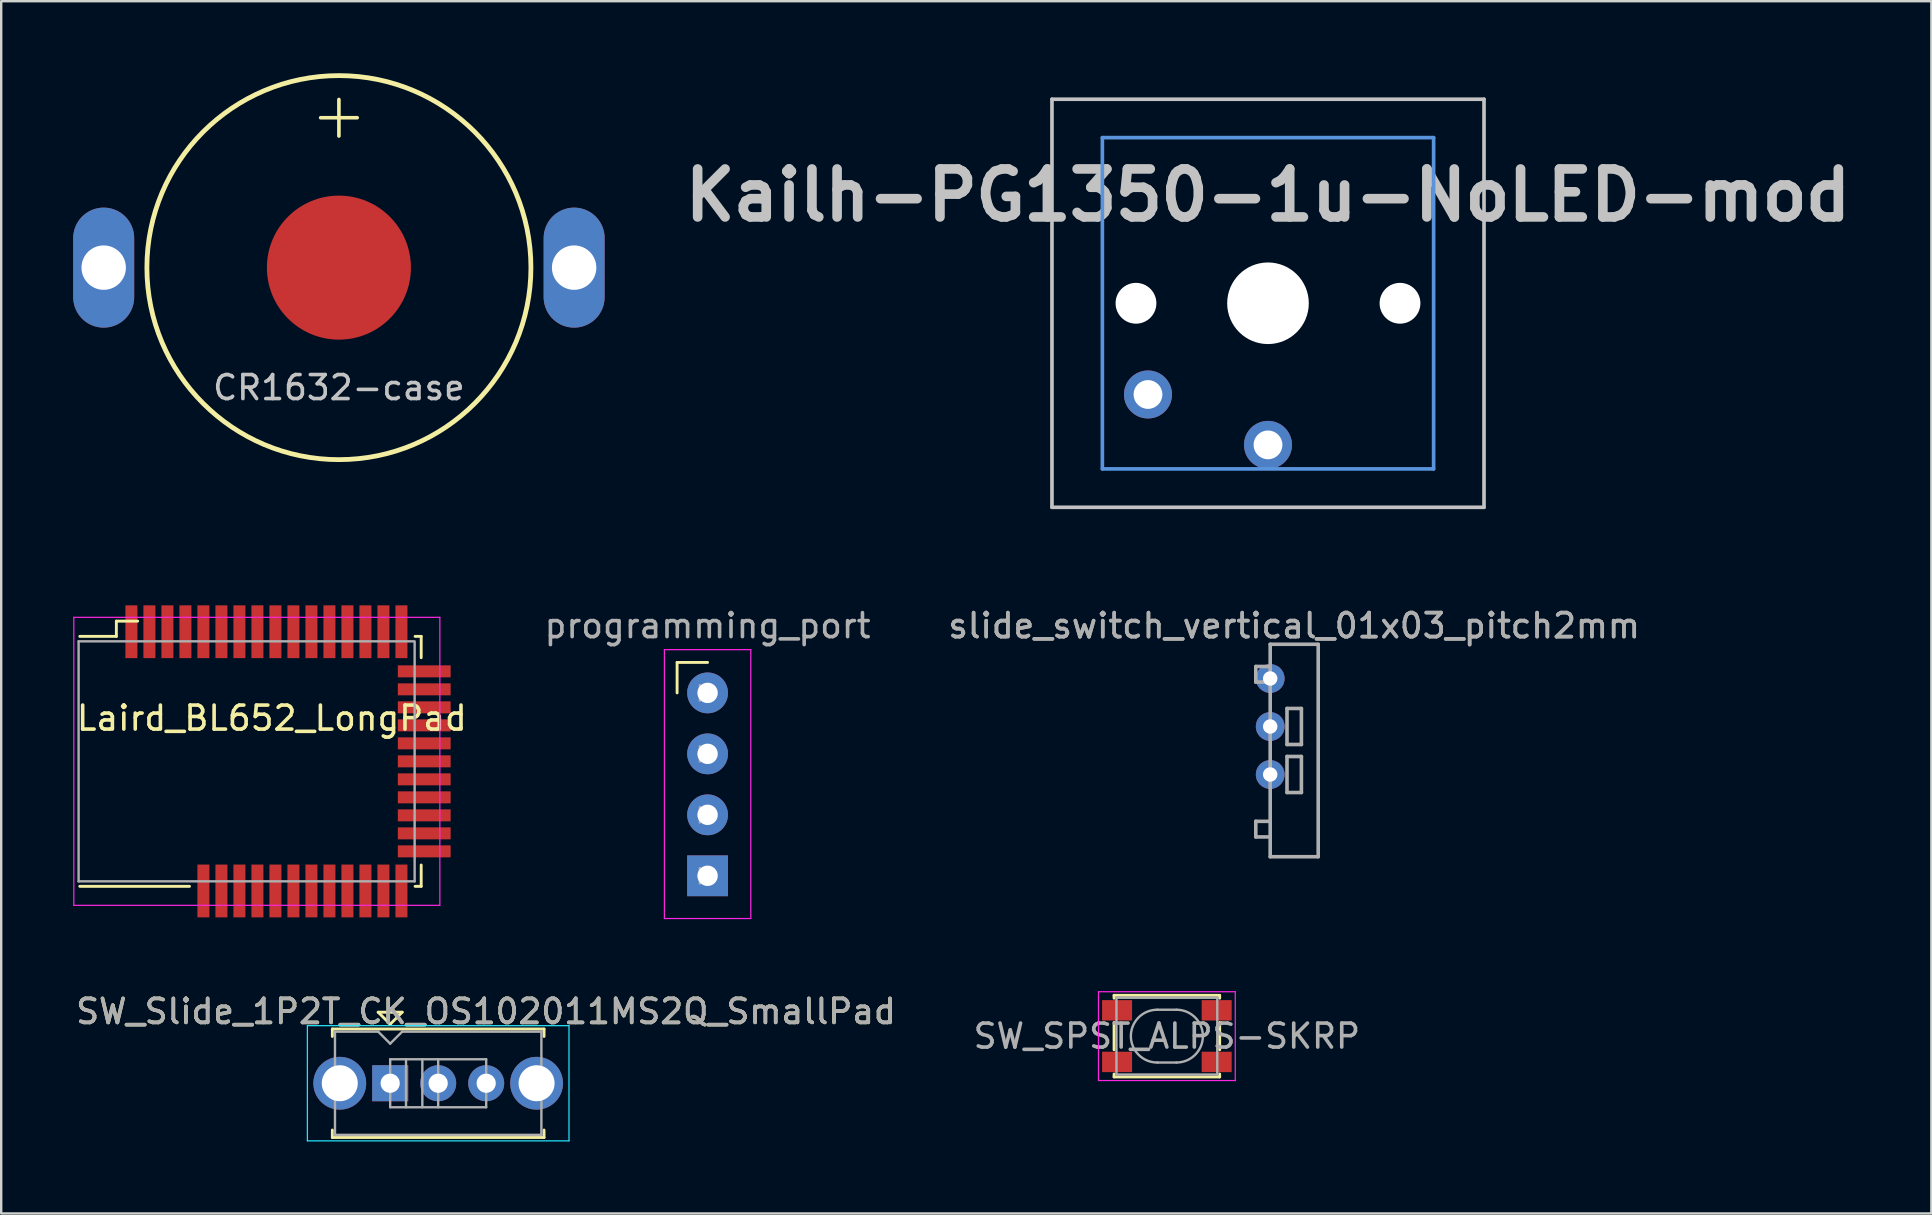
<source format=kicad_pcb>
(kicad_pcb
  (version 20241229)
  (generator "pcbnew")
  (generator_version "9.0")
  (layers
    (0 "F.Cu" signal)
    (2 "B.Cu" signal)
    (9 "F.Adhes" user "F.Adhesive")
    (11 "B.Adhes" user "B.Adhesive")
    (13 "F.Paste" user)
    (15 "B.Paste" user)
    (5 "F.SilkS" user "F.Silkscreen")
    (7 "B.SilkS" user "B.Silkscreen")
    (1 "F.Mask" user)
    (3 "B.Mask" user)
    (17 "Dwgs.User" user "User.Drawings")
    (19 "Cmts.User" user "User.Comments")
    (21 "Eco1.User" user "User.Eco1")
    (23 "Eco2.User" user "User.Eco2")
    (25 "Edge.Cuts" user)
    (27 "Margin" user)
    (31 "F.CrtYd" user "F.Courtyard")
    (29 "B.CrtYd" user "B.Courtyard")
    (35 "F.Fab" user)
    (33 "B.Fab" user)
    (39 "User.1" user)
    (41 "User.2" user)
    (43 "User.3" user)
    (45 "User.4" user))
  (footprint "CR1632-case"
    (layer "F.Cu")
    (at 11.07 8.1)
    (property "Reference" "CR1632-case" (at 0 5 0) (unlocked yes) (layer "Dwgs.User") (effects (font (size 1 1) (thickness 0.15))))
    (attr through_hole)
    (fp_circle (center 0 0) (end 8 0) (stroke (width 0.2) (type solid)) (fill no) (layer "F.SilkS"))
    (fp_text user "+" (at 0 -6.4 0) (unlocked yes) (layer "F.SilkS") (effects (font (size 2 2) (thickness 0.15))))
    (pad "1" smd circle (at 0 0) (size 6 6) (layers "F.Cu" "F.Mask" "F.Paste"))
    (pad "2" thru_hole oval (at -9.8 0) (size 2.54 5) (drill 1.85) (layers "*.Cu" "*.Mask"))
    (pad "2" thru_hole oval (at 9.8 0) (size 2.54 5) (drill 1.85) (layers "*.Cu" "*.Mask")))
  (footprint "SW_SPST_ALPS-SKRP"
    (layer "F.Cu")
    (at 45.565 40.118)
    (property "Reference" "SW_SPST_ALPS-SKRP" (at 0 0 0) (layer "F.Fab") (effects (font (size 1 1) (thickness 0.15))))
    (attr smd)
    (fp_line (start -2.2 -1.7) (end -2.2 -1.58) (stroke (width 0.12) (type solid)) (layer "F.SilkS"))
    (fp_line (start -2.2 -0.57) (end -2.2 0.57) (stroke (width 0.12) (type solid)) (layer "F.SilkS"))
    (fp_line (start -2.2 1.58) (end -2.2 1.7) (stroke (width 0.12) (type solid)) (layer "F.SilkS"))
    (fp_line (start -2.2 1.7) (end 2.2 1.7) (stroke (width 0.12) (type solid)) (layer "F.SilkS"))
    (fp_line (start 2.2 -1.7) (end -2.2 -1.7) (stroke (width 0.12) (type solid)) (layer "F.SilkS"))
    (fp_line (start 2.2 -1.58) (end 2.2 -1.7) (stroke (width 0.12) (type solid)) (layer "F.SilkS"))
    (fp_line (start 2.2 0.57) (end 2.2 -0.57) (stroke (width 0.12) (type solid)) (layer "F.SilkS"))
    (fp_line (start 2.2 1.7) (end 2.2 1.58) (stroke (width 0.12) (type solid)) (layer "F.SilkS"))
    (fp_line (start -2.85 -1.85) (end 2.85 -1.85) (stroke (width 0.05) (type solid)) (layer "F.CrtYd"))
    (fp_line (start -2.85 1.85) (end -2.85 -1.85) (stroke (width 0.05) (type solid)) (layer "F.CrtYd"))
    (fp_line (start 2.85 -1.85) (end 2.85 1.85) (stroke (width 0.05) (type solid)) (layer "F.CrtYd"))
    (fp_line (start 2.85 1.85) (end -2.85 1.85) (stroke (width 0.05) (type solid)) (layer "F.CrtYd"))
    (fp_line (start -2.1 -1.6) (end -2.1 1.6) (stroke (width 0.1) (type solid)) (layer "F.Fab"))
    (fp_line (start -2.1 1.6) (end 2.1 1.6) (stroke (width 0.1) (type solid)) (layer "F.Fab"))
    (fp_line (start -0.4 -1.1) (end 0.4 -1.1) (stroke (width 0.1) (type solid)) (layer "F.Fab"))
    (fp_line (start 0.4 1.1) (end -0.4 1.1) (stroke (width 0.1) (type solid)) (layer "F.Fab"))
    (fp_line (start 2.1 -1.6) (end -2.1 -1.6) (stroke (width 0.1) (type solid)) (layer "F.Fab"))
    (fp_line (start 2.1 1.6) (end 2.1 -1.6) (stroke (width 0.1) (type solid)) (layer "F.Fab"))
    (fp_arc (start -0.4 1.1) (mid -1.5 0) (end -0.4 -1.1) (stroke (width 0.1) (type solid)) (layer "F.Fab"))
    (fp_arc (start 0.4 -1.1) (mid 1.5 0) (end 0.4 1.1) (stroke (width 0.1) (type solid)) (layer "F.Fab"))
    (pad "1" smd rect (at -2.075 -1.075) (size 1.25 0.85) (layers "F.Cu" "F.Mask" "F.Paste"))
    (pad "1" smd rect (at 2.075 -1.075) (size 1.25 0.85) (layers "F.Cu" "F.Mask" "F.Paste"))
    (pad "2" smd rect (at -2.075 1.075) (size 1.25 0.85) (layers "F.Cu" "F.Mask" "F.Paste"))
    (pad "2" smd rect (at 2.075 1.075) (size 1.25 0.85) (layers "F.Cu" "F.Mask" "F.Paste")))
  (footprint "SW_Slide_1P2T_CK_OS102011MS2Q_SmallPad"
    (layer "F.Cu")
    (at 13.206 42.081)
    (property "Reference" "SW_Slide_1P2T_CK_OS102011MS2Q_SmallPad" (at 3.99 -2.99 0) (layer "F.SilkS") (effects (font (size 1 1) (thickness 0.15))))
    (attr through_hole)
    (fp_line (start -2.41 -2.26) (end 6.41 -2.26) (stroke (width 0.12) (type solid)) (layer "F.SilkS"))
    (fp_line (start -2.41 -1.95) (end -2.41 -2.26) (stroke (width 0.12) (type solid)) (layer "F.SilkS"))
    (fp_line (start -2.41 2.26) (end -2.41 1.95) (stroke (width 0.12) (type solid)) (layer "F.SilkS"))
    (fp_line (start -0.5 -2.96) (end 0 -2.46) (stroke (width 0.12) (type solid)) (layer "F.SilkS"))
    (fp_line (start 0 -2.46) (end 0.5 -2.96) (stroke (width 0.12) (type solid)) (layer "F.SilkS"))
    (fp_line (start 0.5 -2.96) (end -0.5 -2.96) (stroke (width 0.12) (type solid)) (layer "F.SilkS"))
    (fp_line (start 6.41 -2.26) (end 6.41 -1.95) (stroke (width 0.12) (type solid)) (layer "F.SilkS"))
    (fp_line (start 6.41 2.26) (end -2.41 2.26) (stroke (width 0.12) (type solid)) (layer "F.SilkS"))
    (fp_line (start 6.41 2.26) (end 6.41 1.95) (stroke (width 0.12) (type solid)) (layer "F.SilkS"))
    (fp_line (start -3.45 -2.4) (end 7.45 -2.4) (stroke (width 0.05) (type solid)) (layer "B.CrtYd"))
    (fp_line (start -3.45 2.4) (end -3.45 -2.4) (stroke (width 0.05) (type solid)) (layer "B.CrtYd"))
    (fp_line (start 7.45 -2.4) (end 7.45 2.4) (stroke (width 0.05) (type solid)) (layer "B.CrtYd"))
    (fp_line (start 7.45 2.4) (end -3.45 2.4) (stroke (width 0.05) (type solid)) (layer "B.CrtYd"))
    (fp_line (start -2.3 -2.15) (end -0.5 -2.15) (stroke (width 0.1) (type solid)) (layer "F.Fab"))
    (fp_line (start -2.3 2.15) (end -2.3 -2.15) (stroke (width 0.1) (type solid)) (layer "F.Fab"))
    (fp_line (start -0.5 -2.15) (end 0 -1.65) (stroke (width 0.1) (type solid)) (layer "F.Fab"))
    (fp_line (start 0 -1.65) (end 0.5 -2.15) (stroke (width 0.1) (type solid)) (layer "F.Fab"))
    (fp_line (start 0 -1) (end 0 1) (stroke (width 0.1) (type solid)) (layer "F.Fab"))
    (fp_line (start 0 -1) (end 4 -1) (stroke (width 0.1) (type solid)) (layer "F.Fab"))
    (fp_line (start 0 1) (end 4 1) (stroke (width 0.1) (type solid)) (layer "F.Fab"))
    (fp_line (start 0.5 -2.15) (end 6.3 -2.15) (stroke (width 0.1) (type solid)) (layer "F.Fab"))
    (fp_line (start 0.66 -1) (end 0.66 1) (stroke (width 0.1) (type solid)) (layer "F.Fab"))
    (fp_line (start 1.34 -1) (end 1.34 1) (stroke (width 0.1) (type solid)) (layer "F.Fab"))
    (fp_line (start 2 -1) (end 2 1) (stroke (width 0.1) (type solid)) (layer "F.Fab"))
    (fp_line (start 4 -1) (end 4 1) (stroke (width 0.1) (type solid)) (layer "F.Fab"))
    (fp_line (start 6.3 -2.15) (end 6.3 2.15) (stroke (width 0.1) (type solid)) (layer "F.Fab"))
    (fp_line (start 6.3 2.15) (end -2.3 2.15) (stroke (width 0.1) (type solid)) (layer "F.Fab"))
    (fp_text user "${REFERENCE}" (at 3.99 -2.99 0) (layer "F.Fab") (effects (font (size 1 1) (thickness 0.15))))
    (pad "" thru_hole circle (at -2.1 0) (size 2.2 2.2) (drill 1.5) (layers "*.Cu" "*.Mask"))
    (pad "" thru_hole circle (at 6.1 0) (size 2.2 2.2) (drill 1.5) (layers "*.Cu" "*.Mask"))
    (pad "1" thru_hole rect (at 0 0) (size 1.5 1.5) (drill 0.8) (layers "*.Cu" "*.Mask"))
    (pad "2" thru_hole circle (at 2 0) (size 1.5 1.5) (drill 0.8) (layers "*.Cu" "*.Mask"))
    (pad "3" thru_hole circle (at 4 0) (size 1.5 1.5) (drill 0.8) (layers "*.Cu" "*.Mask")))
  (footprint "Kailh-PG1350-1u-NoLED-mod"
    (layer "F.Cu")
    (at 49.778 9.585)
    (property "Reference" "Kailh-PG1350-1u-NoLED-mod" (at 0 -4.5 180) (layer "Dwgs.User") (effects (font (size 2 2) (thickness 0.4))))
    (attr through_hole)
    (fp_line (start -9 -8.5) (end 9 -8.5) (stroke (width 0.152) (type solid)) (layer "Dwgs.User"))
    (fp_line (start -9 8.5) (end -9 -8.5) (stroke (width 0.152) (type solid)) (layer "Dwgs.User"))
    (fp_line (start 9 -8.5) (end 9 8.5) (stroke (width 0.152) (type solid)) (layer "Dwgs.User"))
    (fp_line (start 9 8.5) (end -9 8.5) (stroke (width 0.152) (type solid)) (layer "Dwgs.User"))
    (fp_line (start -6.9 -6.9) (end 6.9 -6.9) (stroke (width 0.152) (type solid)) (layer "Cmts.User"))
    (fp_line (start -6.9 6.9) (end -6.9 -6.9) (stroke (width 0.152) (type solid)) (layer "Cmts.User"))
    (fp_line (start 6.9 -6.9) (end 6.9 6.9) (stroke (width 0.152) (type solid)) (layer "Cmts.User"))
    (fp_line (start 6.9 6.9) (end -6.9 6.9) (stroke (width 0.152) (type solid)) (layer "Cmts.User"))
    (fp_line (start -9.525 -9.525) (end -9.525 9.525) (stroke (width 0.12) (type solid)) (layer "Eco1.User"))
    (fp_line (start -9.525 -9.525) (end 9.525 -9.525) (stroke (width 0.12) (type solid)) (layer "Eco1.User"))
    (fp_line (start -9.525 9.525) (end 9.525 9.525) (stroke (width 0.12) (type solid)) (layer "Eco1.User"))
    (fp_line (start 9.525 -9.525) (end 9.525 9.525) (stroke (width 0.12) (type solid)) (layer "Eco1.User"))
    (fp_line (start -7.5 -7.5) (end 7.5 -7.5) (stroke (width 0.152) (type solid)) (layer "Eco2.User"))
    (fp_line (start -7.5 7.5) (end -7.5 -7.5) (stroke (width 0.152) (type solid)) (layer "Eco2.User"))
    (fp_line (start 7.5 -7.5) (end 7.5 7.5) (stroke (width 0.152) (type solid)) (layer "Eco2.User"))
    (fp_line (start 7.5 7.5) (end -7.5 7.5) (stroke (width 0.152) (type solid)) (layer "Eco2.User"))
    (pad "" np_thru_hole circle (at -5.5 0 180) (size 1.7 1.7) (drill 1.7) (layers "*.Cu" "*.Mask"))
    (pad "" np_thru_hole circle (at 0 0 180) (size 3.4 3.4) (drill 3.4) (layers "*.Cu" "*.Mask"))
    (pad "" np_thru_hole circle (at 5.5 0 180) (size 1.7 1.7) (drill 1.7) (layers "*.Cu" "*.Mask"))
    (pad "1" thru_hole circle (at 0 5.9 180) (size 2 2) (drill 1.2) (layers "*.Cu" "*.Mask"))
    (pad "2" thru_hole circle (at -5 3.8 41.9) (size 2 2) (drill 1.2) (layers "*.Cu" "*.Mask")))
  (footprint "slide_switch_vertical_01x03_pitch2mm"
    (layer "F.Cu")
    (at 49.87 25.218)
    (property "Reference" "slide_switch_vertical_01x03_pitch2mm" (at 1 -2.2 180) (layer "F.Fab") (effects (font (size 1 1) (thickness 0.15))))
    (attr through_hole)
    (fp_line (start -0.6 -0.5) (end -0.6 0.15) (stroke (width 0.15) (type solid)) (layer "F.Fab"))
    (fp_line (start -0.6 0.15) (end 0 0.15) (stroke (width 0.15) (type solid)) (layer "F.Fab"))
    (fp_line (start -0.6 5.95) (end -0.6 6.6) (stroke (width 0.15) (type solid)) (layer "F.Fab"))
    (fp_line (start -0.6 6.6) (end 0 6.6) (stroke (width 0.15) (type solid)) (layer "F.Fab"))
    (fp_line (start 0 -1.425) (end 2 -1.425) (stroke (width 0.15) (type solid)) (layer "F.Fab"))
    (fp_line (start 0 -0.5) (end -0.6 -0.5) (stroke (width 0.15) (type solid)) (layer "F.Fab"))
    (fp_line (start 0 5.95) (end -0.6 5.95) (stroke (width 0.15) (type solid)) (layer "F.Fab"))
    (fp_line (start 0 7.425) (end 0 -1.425) (stroke (width 0.15) (type solid)) (layer "F.Fab"))
    (fp_line (start 0 7.425) (end 2 7.425) (stroke (width 0.15) (type solid)) (layer "F.Fab"))
    (fp_line (start 0.7 1.25) (end 0.7 2.75) (stroke (width 0.15) (type solid)) (layer "F.Fab"))
    (fp_line (start 0.7 1.25) (end 1.3 1.25) (stroke (width 0.15) (type solid)) (layer "F.Fab"))
    (fp_line (start 0.7 2.75) (end 1.3 2.75) (stroke (width 0.15) (type solid)) (layer "F.Fab"))
    (fp_line (start 0.7 3.25) (end 0.7 4.75) (stroke (width 0.15) (type solid)) (layer "F.Fab"))
    (fp_line (start 0.7 3.25) (end 1.3 3.25) (stroke (width 0.15) (type solid)) (layer "F.Fab"))
    (fp_line (start 0.7 4.75) (end 1.3 4.75) (stroke (width 0.15) (type solid)) (layer "F.Fab"))
    (fp_line (start 1.3 1.25) (end 1.3 2.75) (stroke (width 0.15) (type solid)) (layer "F.Fab"))
    (fp_line (start 1.3 3.25) (end 1.3 4.75) (stroke (width 0.15) (type solid)) (layer "F.Fab"))
    (fp_line (start 2 -1.425) (end 2 7.425) (stroke (width 0.15) (type solid)) (layer "F.Fab"))
    (fp_text user "${REFERENCE}" (at 1 -2.2 0) (layer "F.Fab") (effects (font (size 1 1) (thickness 0.15))))
    (pad "1" thru_hole circle (at 0 0) (size 1.2 1.2) (drill 0.6) (layers "*.Cu" "*.Mask"))
    (pad "2" thru_hole circle (at 0 4) (size 1.2 1.2) (drill 0.6) (layers "*.Cu" "*.Mask"))
    (pad "3" thru_hole circle (at 0 2) (size 1.2 1.2) (drill 0.6) (layers "*.Cu" "*.Mask")))
  (footprint "Laird_BL652_LongPad"
    (layer "F.Cu")
    (at 8.275 28.67)
    (property "Reference" "Laird_BL652_LongPad" (at 0 -1.8 0) (layer "F.SilkS") (effects (font (size 1 1) (thickness 0.15))))
    (attr smd)
    (fp_line (start -8.001 -5.207) (end -6.477 -5.207) (stroke (width 0.12) (type solid)) (layer "F.SilkS"))
    (fp_line (start -6.477 -5.842) (end -5.588 -5.842) (stroke (width 0.12) (type solid)) (layer "F.SilkS"))
    (fp_line (start -6.477 -5.207) (end -6.477 -5.842) (stroke (width 0.12) (type solid)) (layer "F.SilkS"))
    (fp_line (start -3.429 5.207) (end -8.001 5.207) (stroke (width 0.12) (type solid)) (layer "F.SilkS"))
    (fp_line (start 5.969 -5.207) (end 6.223 -5.207) (stroke (width 0.12) (type solid)) (layer "F.SilkS"))
    (fp_line (start 6.223 -5.207) (end 6.223 -4.318) (stroke (width 0.12) (type solid)) (layer "F.SilkS"))
    (fp_line (start 6.223 5.207) (end 5.969 5.207) (stroke (width 0.12) (type solid)) (layer "F.SilkS"))
    (fp_line (start 6.223 5.207) (end 6.223 4.318) (stroke (width 0.12) (type solid)) (layer "F.SilkS"))
    (fp_line (start -8.25 -6) (end 7 -6) (stroke (width 0.05) (type solid)) (layer "F.CrtYd"))
    (fp_line (start -8.25 6) (end -8.25 -6) (stroke (width 0.05) (type solid)) (layer "F.CrtYd"))
    (fp_line (start 7 -6) (end 7 6) (stroke (width 0.05) (type solid)) (layer "F.CrtYd"))
    (fp_line (start 7 6) (end -8.25 6) (stroke (width 0.05) (type solid)) (layer "F.CrtYd"))
    (fp_line (start -8.05 -5) (end -8.05 5) (stroke (width 0.1) (type solid)) (layer "F.Fab"))
    (fp_line (start -8.05 -5) (end 5.9 -5) (stroke (width 0.1) (type solid)) (layer "F.Fab"))
    (fp_line (start 5.95 -5) (end 5.95 5) (stroke (width 0.1) (type solid)) (layer "F.Fab"))
    (fp_line (start 5.95 5) (end -8.05 5) (stroke (width 0.1) (type solid)) (layer "F.Fab"))
    (pad "1" smd rect (at -5.85 -5.4 90) (size 2.2 0.5) (layers "F.Cu" "F.Mask" "F.Paste"))
    (pad "2" smd rect (at -5.1 -5.4 90) (size 2.2 0.5) (layers "F.Cu" "F.Mask" "F.Paste"))
    (pad "3" smd rect (at -4.35 -5.4 90) (size 2.2 0.5) (layers "F.Cu" "F.Mask" "F.Paste"))
    (pad "4" smd rect (at -3.6 -5.4 90) (size 2.2 0.5) (layers "F.Cu" "F.Mask" "F.Paste"))
    (pad "5" smd rect (at -2.85 -5.4 90) (size 2.2 0.5) (layers "F.Cu" "F.Mask" "F.Paste"))
    (pad "6" smd rect (at -2.1 -5.4 90) (size 2.2 0.5) (layers "F.Cu" "F.Mask" "F.Paste"))
    (pad "7" smd rect (at -1.35 -5.4 90) (size 2.2 0.5) (layers "F.Cu" "F.Mask" "F.Paste"))
    (pad "8" smd rect (at -0.6 -5.4 90) (size 2.2 0.5) (layers "F.Cu" "F.Mask" "F.Paste"))
    (pad "9" smd rect (at 0.15 -5.4 90) (size 2.2 0.5) (layers "F.Cu" "F.Mask" "F.Paste"))
    (pad "10" smd rect (at 0.9 -5.4 90) (size 2.2 0.5) (layers "F.Cu" "F.Mask" "F.Paste"))
    (pad "11" smd rect (at 1.65 -5.4 90) (size 2.2 0.5) (layers "F.Cu" "F.Mask" "F.Paste"))
    (pad "12" smd rect (at 2.4 -5.4 90) (size 2.2 0.5) (layers "F.Cu" "F.Mask" "F.Paste"))
    (pad "13" smd rect (at 3.15 -5.4 90) (size 2.2 0.5) (layers "F.Cu" "F.Mask" "F.Paste"))
    (pad "14" smd rect (at 3.9 -5.4 90) (size 2.2 0.5) (layers "F.Cu" "F.Mask" "F.Paste"))
    (pad "15" smd rect (at 4.65 -5.4 90) (size 2.2 0.5) (layers "F.Cu" "F.Mask" "F.Paste"))
    (pad "16" smd rect (at 5.4 -5.4 90) (size 2.2 0.5) (layers "F.Cu" "F.Mask" "F.Paste"))
    (pad "17" smd rect (at 6.35 -3.75) (size 2.2 0.5) (layers "F.Cu" "F.Mask" "F.Paste"))
    (pad "18" smd rect (at 6.35 -3) (size 2.2 0.5) (layers "F.Cu" "F.Mask" "F.Paste"))
    (pad "19" smd rect (at 6.35 -2.25) (size 2.2 0.5) (layers "F.Cu" "F.Mask" "F.Paste"))
    (pad "20" smd rect (at 6.35 -1.5) (size 2.2 0.5) (layers "F.Cu" "F.Mask" "F.Paste"))
    (pad "21" smd rect (at 6.35 -0.75) (size 2.2 0.5) (layers "F.Cu" "F.Mask" "F.Paste"))
    (pad "22" smd rect (at 6.35 0) (size 2.2 0.5) (layers "F.Cu" "F.Mask" "F.Paste"))
    (pad "23" smd rect (at 6.35 0.75) (size 2.2 0.5) (layers "F.Cu" "F.Mask" "F.Paste"))
    (pad "24" smd rect (at 6.35 1.5) (size 2.2 0.5) (layers "F.Cu" "F.Mask" "F.Paste"))
    (pad "25" smd rect (at 6.35 2.25) (size 2.2 0.5) (layers "F.Cu" "F.Mask" "F.Paste"))
    (pad "26" smd rect (at 6.35 3) (size 2.2 0.5) (layers "F.Cu" "F.Mask" "F.Paste"))
    (pad "27" smd rect (at 6.35 3.75) (size 2.2 0.5) (layers "F.Cu" "F.Mask" "F.Paste"))
    (pad "28" smd rect (at 5.4 5.4 90) (size 2.2 0.5) (layers "F.Cu" "F.Mask" "F.Paste"))
    (pad "29" smd rect (at 4.65 5.4 90) (size 2.2 0.5) (layers "F.Cu" "F.Mask" "F.Paste"))
    (pad "30" smd rect (at 3.9 5.4 90) (size 2.2 0.5) (layers "F.Cu" "F.Mask" "F.Paste"))
    (pad "31" smd rect (at 3.15 5.4 90) (size 2.2 0.5) (layers "F.Cu" "F.Mask" "F.Paste"))
    (pad "32" smd rect (at 2.4 5.4 90) (size 2.2 0.5) (layers "F.Cu" "F.Mask" "F.Paste"))
    (pad "33" smd rect (at 1.65 5.4 90) (size 2.2 0.5) (layers "F.Cu" "F.Mask" "F.Paste"))
    (pad "34" smd rect (at 0.9 5.4 90) (size 2.2 0.5) (layers "F.Cu" "F.Mask" "F.Paste"))
    (pad "35" smd rect (at 0.15 5.4 90) (size 2.2 0.5) (layers "F.Cu" "F.Mask" "F.Paste"))
    (pad "36" smd rect (at -0.6 5.4 90) (size 2.2 0.5) (layers "F.Cu" "F.Mask" "F.Paste"))
    (pad "37" smd rect (at -1.35 5.4 90) (size 2.2 0.5) (layers "F.Cu" "F.Mask" "F.Paste"))
    (pad "38" smd rect (at -2.1 5.4 90) (size 2.2 0.5) (layers "F.Cu" "F.Mask" "F.Paste"))
    (pad "39" smd rect (at -2.85 5.4 90) (size 2.2 0.5) (layers "F.Cu" "F.Mask" "F.Paste")))
  (footprint "programming_port"
    (layer "F.Cu")
    (at 26.43 25.818)
    (property "Reference" "programming_port" (at 0 -2.8 0) (layer "F.Fab") (effects (font (size 1 1) (thickness 0.15))))
    (attr through_hole)
    (fp_line (start -1.27 -1.27) (end 0 -1.27) (stroke (width 0.12) (type solid)) (layer "F.SilkS"))
    (fp_line (start -1.27 0) (end -1.27 -1.27) (stroke (width 0.12) (type solid)) (layer "F.SilkS"))
    (fp_line (start -1.8 -1.8) (end -1.8 9.4) (stroke (width 0.05) (type solid)) (layer "F.CrtYd"))
    (fp_line (start -1.8 9.4) (end 1.8 9.4) (stroke (width 0.05) (type solid)) (layer "F.CrtYd"))
    (fp_line (start 1.8 -1.8) (end -1.8 -1.8) (stroke (width 0.05) (type solid)) (layer "F.CrtYd"))
    (fp_line (start 1.8 9.4) (end 1.8 -1.8) (stroke (width 0.05) (type solid)) (layer "F.CrtYd"))
    (fp_line (start -0.32 -0.32) (end -0.32 0.32) (stroke (width 0.1) (type solid)) (layer "F.Fab"))
    (fp_line (start -0.32 2.22) (end -0.32 2.86) (stroke (width 0.1) (type solid)) (layer "F.Fab"))
    (fp_line (start -0.32 4.76) (end -0.32 5.4) (stroke (width 0.1) (type solid)) (layer "F.Fab"))
    (fp_line (start -0.32 7.3) (end -0.32 7.94) (stroke (width 0.1) (type solid)) (layer "F.Fab"))
    (pad "1" thru_hole rect (at 0 7.62) (size 1.7 1.7) (drill 0.85) (layers "*.Cu" "*.Mask"))
    (pad "2" thru_hole oval (at 0 5.08) (size 1.7 1.7) (drill 0.85) (layers "*.Cu" "*.Mask"))
    (pad "3" thru_hole oval (at 0 2.54) (size 1.7 1.7) (drill 0.85) (layers "*.Cu" "*.Mask"))
    (pad "4" thru_hole circle (at 0 0) (size 1.7 1.7) (drill 0.85) (layers "*.Cu" "*.Mask")))
  (gr_rect
    (start -3 -3)
    (end 77.416 47.507)
    (stroke (width 0.1) (type default))
    (fill no)
    (layer "Edge.Cuts")))
</source>
